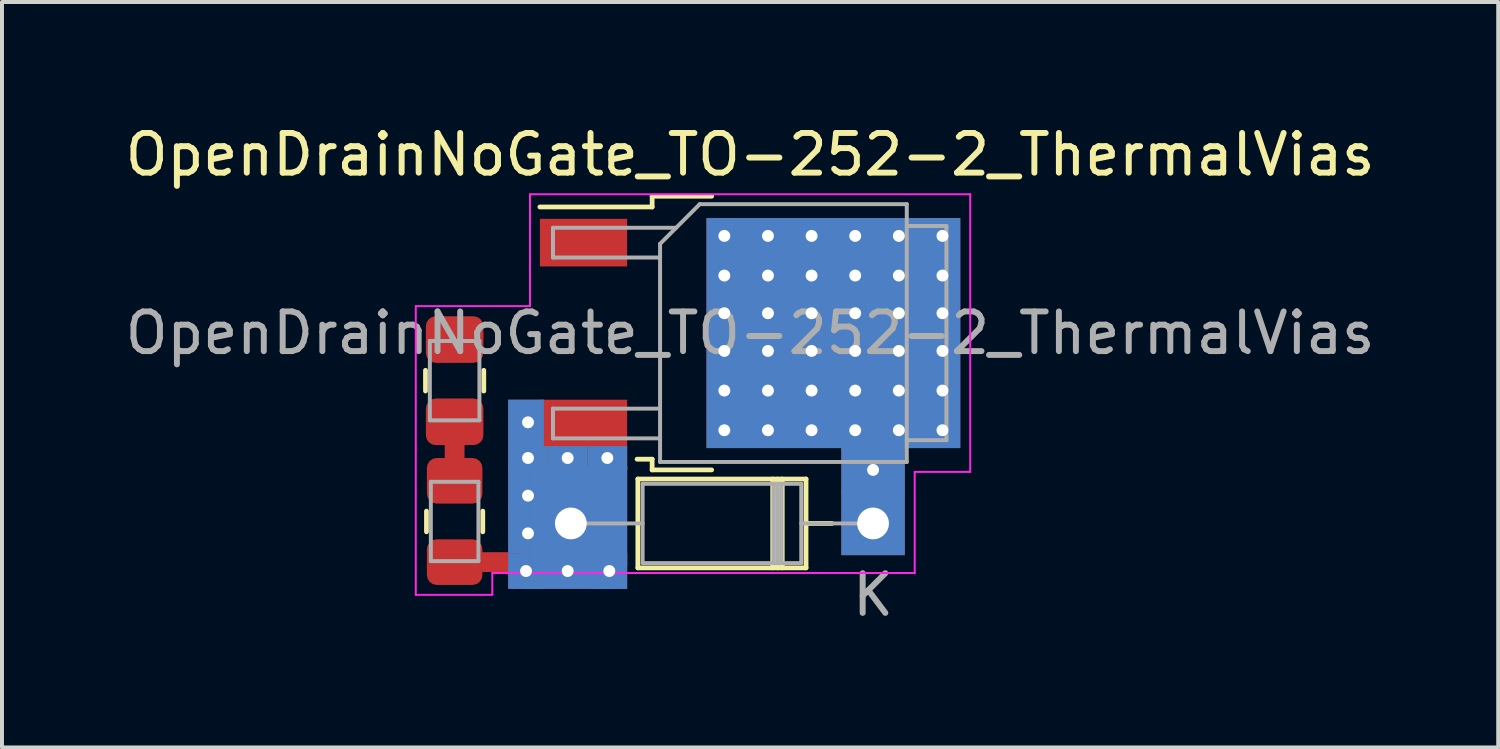
<source format=kicad_pcb>
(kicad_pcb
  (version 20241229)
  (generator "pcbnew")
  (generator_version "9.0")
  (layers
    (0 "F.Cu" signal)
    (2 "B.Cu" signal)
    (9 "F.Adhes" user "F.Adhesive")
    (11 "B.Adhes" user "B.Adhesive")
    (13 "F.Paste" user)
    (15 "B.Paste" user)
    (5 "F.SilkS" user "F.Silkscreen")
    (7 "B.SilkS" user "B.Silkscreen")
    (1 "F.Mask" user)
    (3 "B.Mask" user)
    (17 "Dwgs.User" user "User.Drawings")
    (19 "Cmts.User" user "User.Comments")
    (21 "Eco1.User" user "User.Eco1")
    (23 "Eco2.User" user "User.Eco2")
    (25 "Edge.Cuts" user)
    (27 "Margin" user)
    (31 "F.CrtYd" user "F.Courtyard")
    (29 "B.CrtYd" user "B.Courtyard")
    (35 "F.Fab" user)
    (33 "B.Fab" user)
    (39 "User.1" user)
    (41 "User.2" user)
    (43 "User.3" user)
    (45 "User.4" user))
  (footprint "OpenDrainNoGate_TO-252-2_ThermalVias"
    (layer "F.Cu")
    (at 15.863 5.348)
    (property "Reference" "OpenDrainNoGate_TO-252-2_ThermalVias" (at 0 -4.5 0) (layer "F.SilkS") (effects (font (size 1 1) (thickness 0.15))))
    (attr smd)
    (fp_line (start -8.185 1.461) (end -8.185 0.939) (stroke (width 0.12) (type solid)) (layer "F.SilkS"))
    (fp_line (start -8.16 4.489) (end -8.16 5.011) (stroke (width 0.12) (type solid)) (layer "F.SilkS"))
    (fp_line (start -6.74 4.489) (end -6.74 5.011) (stroke (width 0.12) (type solid)) (layer "F.SilkS"))
    (fp_line (start -6.715 1.461) (end -6.715 0.939) (stroke (width 0.12) (type solid)) (layer "F.SilkS"))
    (fp_line (start -2.83 3.68) (end -2.83 5.92) (stroke (width 0.12) (type solid)) (layer "F.SilkS"))
    (fp_line (start -2.83 5.92) (end 1.41 5.92) (stroke (width 0.12) (type solid)) (layer "F.SilkS"))
    (fp_line (start -2.47 -3.45) (end -2.47 -3.18) (stroke (width 0.12) (type solid)) (layer "F.SilkS"))
    (fp_line (start -2.47 -3.18) (end -5.3 -3.18) (stroke (width 0.12) (type solid)) (layer "F.SilkS"))
    (fp_line (start -2.47 3.18) (end -2.85 3.18) (stroke (width 0.12) (type solid)) (layer "F.SilkS"))
    (fp_line (start -2.47 3.45) (end -2.47 3.18) (stroke (width 0.12) (type solid)) (layer "F.SilkS"))
    (fp_line (start -0.97 -3.45) (end -2.47 -3.45) (stroke (width 0.12) (type solid)) (layer "F.SilkS"))
    (fp_line (start -0.97 3.45) (end -2.47 3.45) (stroke (width 0.12) (type solid)) (layer "F.SilkS"))
    (fp_line (start 0.57 5.92) (end 0.57 3.68) (stroke (width 0.12) (type solid)) (layer "F.SilkS"))
    (fp_line (start 0.69 5.92) (end 0.69 3.68) (stroke (width 0.12) (type solid)) (layer "F.SilkS"))
    (fp_line (start 0.81 5.92) (end 0.81 3.68) (stroke (width 0.12) (type solid)) (layer "F.SilkS"))
    (fp_line (start 1.41 3.68) (end -2.83 3.68) (stroke (width 0.12) (type solid)) (layer "F.SilkS"))
    (fp_line (start 1.41 5.92) (end 1.41 3.68) (stroke (width 0.12) (type solid)) (layer "F.SilkS"))
    (fp_line (start 2.06 4.8) (end 1.41 4.8) (stroke (width 0.12) (type solid)) (layer "F.SilkS"))
    (fp_line (start -8.43 -0.68) (end -5.55 -0.68) (stroke (width 0.05) (type solid)) (layer "F.CrtYd"))
    (fp_line (start -8.43 6.6) (end -8.43 -0.68) (stroke (width 0.05) (type solid)) (layer "F.CrtYd"))
    (fp_line (start -6.5 6.05) (end 4.15 6.05) (stroke (width 0.05) (type solid)) (layer "F.CrtYd"))
    (fp_line (start -6.5 6.6) (end -8.43 6.6) (stroke (width 0.05) (type solid)) (layer "F.CrtYd"))
    (fp_line (start -6.5 6.6) (end -6.5 6.05) (stroke (width 0.05) (type solid)) (layer "F.CrtYd"))
    (fp_line (start -5.55 -3.5) (end -5.55 -0.68) (stroke (width 0.05) (type solid)) (layer "F.CrtYd"))
    (fp_line (start 4.15 3.5) (end 5.55 3.5) (stroke (width 0.05) (type solid)) (layer "F.CrtYd"))
    (fp_line (start 4.15 6.05) (end 4.15 3.5) (stroke (width 0.05) (type solid)) (layer "F.CrtYd"))
    (fp_line (start 5.55 -3.5) (end -5.55 -3.5) (stroke (width 0.05) (type solid)) (layer "F.CrtYd"))
    (fp_line (start 5.55 3.5) (end 5.55 -3.5) (stroke (width 0.05) (type solid)) (layer "F.CrtYd"))
    (fp_line (start -8.075 0.2) (end -6.825 0.2) (stroke (width 0.1) (type solid)) (layer "F.Fab"))
    (fp_line (start -8.075 2.2) (end -8.075 0.2) (stroke (width 0.1) (type solid)) (layer "F.Fab"))
    (fp_line (start -8.05 3.75) (end -6.85 3.75) (stroke (width 0.1) (type solid)) (layer "F.Fab"))
    (fp_line (start -8.05 5.75) (end -8.05 3.75) (stroke (width 0.1) (type solid)) (layer "F.Fab"))
    (fp_line (start -6.85 3.75) (end -6.85 5.75) (stroke (width 0.1) (type solid)) (layer "F.Fab"))
    (fp_line (start -6.85 5.75) (end -8.05 5.75) (stroke (width 0.1) (type solid)) (layer "F.Fab"))
    (fp_line (start -6.825 0.2) (end -6.825 2.2) (stroke (width 0.1) (type solid)) (layer "F.Fab"))
    (fp_line (start -6.825 2.2) (end -8.075 2.2) (stroke (width 0.1) (type solid)) (layer "F.Fab"))
    (fp_line (start -4.97 -2.655) (end -4.97 -1.905) (stroke (width 0.1) (type solid)) (layer "F.Fab"))
    (fp_line (start -4.97 -1.905) (end -2.27 -1.905) (stroke (width 0.1) (type solid)) (layer "F.Fab"))
    (fp_line (start -4.97 1.905) (end -4.97 2.655) (stroke (width 0.1) (type solid)) (layer "F.Fab"))
    (fp_line (start -4.97 2.655) (end -2.27 2.655) (stroke (width 0.1) (type solid)) (layer "F.Fab"))
    (fp_line (start -4.52 4.8) (end -2.71 4.8) (stroke (width 0.1) (type solid)) (layer "F.Fab"))
    (fp_line (start -2.71 3.8) (end -2.71 5.8) (stroke (width 0.1) (type solid)) (layer "F.Fab"))
    (fp_line (start -2.71 5.8) (end 1.29 5.8) (stroke (width 0.1) (type solid)) (layer "F.Fab"))
    (fp_line (start -2.27 -2.25) (end -1.27 -3.25) (stroke (width 0.1) (type solid)) (layer "F.Fab"))
    (fp_line (start -2.27 1.905) (end -4.97 1.905) (stroke (width 0.1) (type solid)) (layer "F.Fab"))
    (fp_line (start -2.27 3.25) (end -2.27 -2.25) (stroke (width 0.1) (type solid)) (layer "F.Fab"))
    (fp_line (start -1.865 -2.655) (end -4.97 -2.655) (stroke (width 0.1) (type solid)) (layer "F.Fab"))
    (fp_line (start -1.27 -3.25) (end 3.95 -3.25) (stroke (width 0.1) (type solid)) (layer "F.Fab"))
    (fp_line (start 0.59 5.8) (end 0.59 3.8) (stroke (width 0.1) (type solid)) (layer "F.Fab"))
    (fp_line (start 0.69 5.8) (end 0.69 3.8) (stroke (width 0.1) (type solid)) (layer "F.Fab"))
    (fp_line (start 0.79 5.8) (end 0.79 3.8) (stroke (width 0.1) (type solid)) (layer "F.Fab"))
    (fp_line (start 1.29 3.8) (end -2.71 3.8) (stroke (width 0.1) (type solid)) (layer "F.Fab"))
    (fp_line (start 1.29 5.8) (end 1.29 3.8) (stroke (width 0.1) (type solid)) (layer "F.Fab"))
    (fp_line (start 3.1 4.8) (end 1.29 4.8) (stroke (width 0.1) (type solid)) (layer "F.Fab"))
    (fp_line (start 3.95 -3.25) (end 3.95 3.25) (stroke (width 0.1) (type solid)) (layer "F.Fab"))
    (fp_line (start 3.95 -2.7) (end 4.95 -2.7) (stroke (width 0.1) (type solid)) (layer "F.Fab"))
    (fp_line (start 3.95 3.25) (end -2.27 3.25) (stroke (width 0.1) (type solid)) (layer "F.Fab"))
    (fp_line (start 4.95 -2.7) (end 4.95 2.7) (stroke (width 0.1) (type solid)) (layer "F.Fab"))
    (fp_line (start 4.95 2.7) (end 3.95 2.7) (stroke (width 0.1) (type solid)) (layer "F.Fab"))
    (fp_text user "${REFERENCE}" (at 0 0 0) (layer "F.Fab") (effects (font (size 1 1) (thickness 0.15))))
    (fp_text user "K" (at 3.1 6.6 180) (layer "F.Fab") (effects (font (size 1 1) (thickness 0.15))))
    (pad "" smd rect (at 0.425 -1.525) (size 3.05 2.75) (layers "F.Paste"))
    (pad "" smd rect (at 0.425 1.525) (size 3.05 2.75) (layers "F.Paste"))
    (pad "" smd rect (at 3.775 -1.525) (size 3.05 2.75) (layers "F.Paste"))
    (pad "" smd rect (at 3.775 1.525) (size 3.05 2.75) (layers "F.Paste"))
    (pad "1" smd rect (at -4.2 -2.28) (size 2.2 1.2) (layers "F.Cu" "F.Mask" "F.Paste"))
    (pad "2" smd roundrect (at -7.45 0.163 90) (size 1.175 1.45) (layers "F.Cu" "F.Mask" "F.Paste") (roundrect_rratio 0.213))
    (pad "2" thru_hole rect (at -0.65 -2.45) (size 0.6 0.6) (drill 0.3) (layers "*.Cu" "*.Mask"))
    (pad "2" thru_hole rect (at -0.65 -1.45) (size 0.6 0.6) (drill 0.3) (layers "*.Cu" "*.Mask"))
    (pad "2" thru_hole rect (at -0.65 -0.5) (size 0.6 0.6) (drill 0.3) (layers "*.Cu" "*.Mask"))
    (pad "2" thru_hole rect (at -0.65 0.45) (size 0.6 0.6) (drill 0.3) (layers "*.Cu" "*.Mask"))
    (pad "2" thru_hole rect (at -0.65 1.45) (size 0.6 0.6) (drill 0.3) (layers "*.Cu" "*.Mask"))
    (pad "2" thru_hole rect (at -0.65 2.45) (size 0.6 0.6) (drill 0.3) (layers "*.Cu" "*.Mask"))
    (pad "2" thru_hole rect (at 0.45 -2.45 180) (size 1 0.6) (drill 0.3 (offset 0.2 0)) (layers "*.Cu" "*.Mask"))
    (pad "2" thru_hole rect (at 0.45 -1.45 180) (size 1 0.6) (drill 0.3 (offset 0.2 0)) (layers "*.Cu" "*.Mask"))
    (pad "2" thru_hole rect (at 0.45 -0.5 180) (size 1 0.6) (drill 0.3 (offset 0.2 0)) (layers "*.Cu" "*.Mask"))
    (pad "2" thru_hole rect (at 0.45 0.45 180) (size 1 0.6) (drill 0.3 (offset 0.2 0)) (layers "*.Cu" "*.Mask"))
    (pad "2" thru_hole rect (at 0.45 1.45 180) (size 1 0.6) (drill 0.3 (offset 0.2 0)) (layers "*.Cu" "*.Mask"))
    (pad "2" thru_hole rect (at 0.45 2.45 180) (size 1 0.6) (drill 0.3 (offset 0.2 0)) (layers "*.Cu" "*.Mask"))
    (pad "2" thru_hole rect (at 1.55 -2.45 180) (size 1 0.6) (drill 0.3 (offset 0.2 0)) (layers "*.Cu" "*.Mask"))
    (pad "2" thru_hole rect (at 1.55 -1.45 180) (size 1 0.6) (drill 0.3 (offset 0.2 0)) (layers "*.Cu" "*.Mask"))
    (pad "2" thru_hole rect (at 1.55 -0.5 180) (size 1 0.6) (drill 0.3 (offset 0.2 0)) (layers "*.Cu" "*.Mask"))
    (pad "2" thru_hole rect (at 1.55 0.45 180) (size 1 0.6) (drill 0.3 (offset 0.2 0)) (layers "*.Cu" "*.Mask"))
    (pad "2" thru_hole rect (at 1.55 1.45 180) (size 1 0.6) (drill 0.3 (offset 0.2 0)) (layers "*.Cu" "*.Mask"))
    (pad "2" thru_hole rect (at 1.55 2.45 180) (size 1 0.6) (drill 0.3 (offset 0.2 0)) (layers "*.Cu" "*.Mask"))
    (pad "2" smd rect (at 2.1 0) (size 6.4 5.8) (layers "F.Cu" "F.Mask"))
    (pad "2" smd rect (at 2.1 0) (size 6.4 5.8) (layers "B.Cu" "B.Mask"))
    (pad "2" thru_hole rect (at 2.65 -2.45) (size 1 0.6) (drill 0.3) (layers "*.Cu" "*.Mask"))
    (pad "2" thru_hole rect (at 2.65 -1.45) (size 1 0.6) (drill 0.3) (layers "*.Cu" "*.Mask"))
    (pad "2" thru_hole rect (at 2.65 -0.5) (size 1 0.6) (drill 0.3) (layers "*.Cu" "*.Mask"))
    (pad "2" thru_hole rect (at 2.65 0.45) (size 1 0.6) (drill 0.3) (layers "*.Cu" "*.Mask"))
    (pad "2" thru_hole rect (at 2.65 1.45) (size 1 0.6) (drill 0.3) (layers "*.Cu" "*.Mask"))
    (pad "2" thru_hole rect (at 2.65 2.45) (size 1 0.6) (drill 0.3) (layers "*.Cu" "*.Mask"))
    (pad "2" thru_hole rect (at 3.1 3.45 90) (size 1.2 1.6) (drill 0.3) (layers "*.Cu" "*.Mask"))
    (pad "2" thru_hole rect (at 3.1 4.8 180) (size 1.6 1.6) (drill 0.8) (layers "*.Cu" "*.Mask"))
    (pad "2" thru_hole rect (at 3.75 -2.45) (size 1 0.6) (drill 0.3 (offset 0.2 0)) (layers "*.Cu" "*.Mask"))
    (pad "2" thru_hole rect (at 3.75 -1.45) (size 1 0.6) (drill 0.3 (offset 0.2 0)) (layers "*.Cu" "*.Mask"))
    (pad "2" thru_hole rect (at 3.75 -0.5) (size 1 0.6) (drill 0.3 (offset 0.2 0)) (layers "*.Cu" "*.Mask"))
    (pad "2" thru_hole rect (at 3.75 0.45) (size 1 0.6) (drill 0.3 (offset 0.2 0)) (layers "*.Cu" "*.Mask"))
    (pad "2" thru_hole rect (at 3.75 1.45) (size 1 0.6) (drill 0.3 (offset 0.2 0)) (layers "*.Cu" "*.Mask"))
    (pad "2" thru_hole rect (at 3.75 2.45) (size 1 0.6) (drill 0.3 (offset 0.2 0)) (layers "*.Cu" "*.Mask"))
    (pad "2" thru_hole rect (at 4.85 -2.45) (size 0.6 0.6) (drill 0.3) (layers "*.Cu" "*.Mask"))
    (pad "2" thru_hole rect (at 4.85 -1.45) (size 0.6 0.6) (drill 0.3) (layers "*.Cu" "*.Mask"))
    (pad "2" thru_hole rect (at 4.85 -0.5) (size 0.6 0.6) (drill 0.3) (layers "*.Cu" "*.Mask"))
    (pad "2" thru_hole rect (at 4.85 0.45) (size 0.6 0.6) (drill 0.3) (layers "*.Cu" "*.Mask"))
    (pad "2" thru_hole rect (at 4.85 1.45) (size 0.6 0.6) (drill 0.3) (layers "*.Cu" "*.Mask"))
    (pad "2" thru_hole rect (at 4.85 2.45) (size 0.6 0.6) (drill 0.3) (layers "*.Cu" "*.Mask"))
    (pad "3" smd roundrect (at -7.45 5.775 270) (size 1.15 1.4) (layers "F.Cu" "F.Mask" "F.Paste") (roundrect_rratio 0.217))
    (pad "3" smd roundrect (at -6.45 5.775 270) (size 0.5 1) (layers "F.Cu" "F.Mask" "F.Paste") (roundrect_rratio 0.217))
    (pad "3" thru_hole rect (at -5.65 6 90) (size 0.9 0.9) (drill 0.3) (layers "*.Cu" "*.Mask"))
    (pad "3" thru_hole rect (at -5.6 2.25 90) (size 1.2 0.9) (drill 0.3 (offset -0.03 -0.05)) (layers "*.Cu" "*.Mask"))
    (pad "3" thru_hole rect (at -5.6 3.15) (size 1 0.6) (drill 0.3) (layers "*.Cu" "*.Mask"))
    (pad "3" thru_hole rect (at -5.6 4.1 90) (size 1 0.9) (drill 0.3 (offset 0.2 -0.05)) (layers "*.Cu" "*.Mask"))
    (pad "3" thru_hole rect (at -5.6 5.05 90) (size 1.2 0.9) (drill 0.3 (offset 0.1 -0.05)) (layers "*.Cu" "*.Mask"))
    (pad "3" thru_hole rect (at -4.6 3.15) (size 1 0.6) (drill 0.3) (layers "*.Cu" "*.Mask"))
    (pad "3" thru_hole rect (at -4.6 6 90) (size 0.9 2.5) (drill 0.3) (layers "*.Cu" "*.Mask"))
    (pad "3" thru_hole rect (at -4.52 4.8 180) (size 2.5 2.5) (drill 0.8 (offset -0.17 0.2)) (layers "*.Cu" "*.Mask"))
    (pad "3" smd rect (at -4.2 2.28) (size 2.2 1.2) (layers "F.Cu" "F.Mask" "F.Paste"))
    (pad "3" thru_hole rect (at -3.6 3.15) (size 1 0.6) (drill 0.3) (layers "*.Cu" "*.Mask"))
    (pad "3" thru_hole rect (at -3.55 6 90) (size 0.9 0.9) (drill 0.3) (layers "*.Cu" "*.Mask"))
    (pad "4" smd roundrect (at -7.45 2.237 90) (size 1.175 1.45) (layers "F.Cu" "F.Mask" "F.Paste") (roundrect_rratio 0.213))
    (pad "4" smd roundrect (at -7.45 2.925 270) (size 1.15 0.5) (layers "F.Cu" "F.Mask" "F.Paste") (roundrect_rratio 0.217))
    (pad "4" smd roundrect (at -7.45 3.725 270) (size 1.15 1.4) (layers "F.Cu" "F.Mask" "F.Paste") (roundrect_rratio 0.217)))
  (gr_rect
    (start -3 -3)
    (end 34.726 15.796)
    (stroke (width 0.1) (type default))
    (fill no)
    (layer "Edge.Cuts")))
</source>
